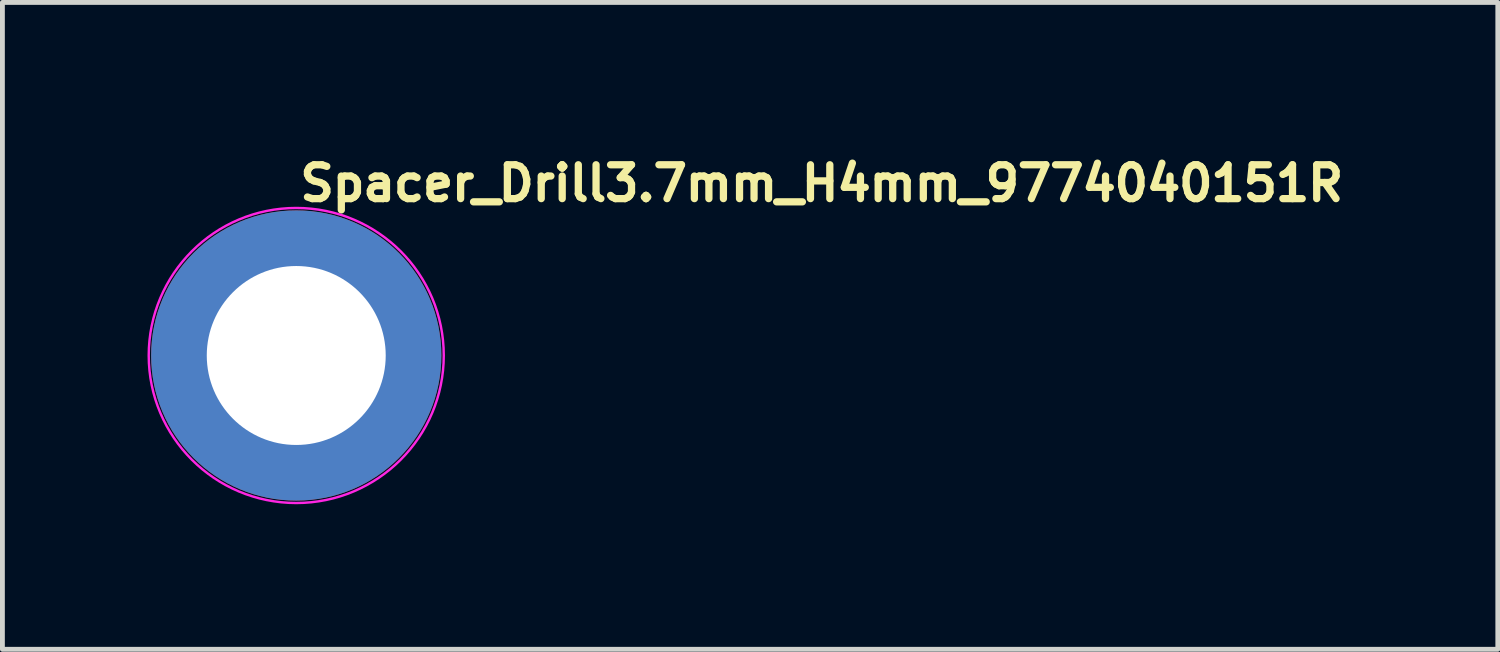
<source format=kicad_pcb>
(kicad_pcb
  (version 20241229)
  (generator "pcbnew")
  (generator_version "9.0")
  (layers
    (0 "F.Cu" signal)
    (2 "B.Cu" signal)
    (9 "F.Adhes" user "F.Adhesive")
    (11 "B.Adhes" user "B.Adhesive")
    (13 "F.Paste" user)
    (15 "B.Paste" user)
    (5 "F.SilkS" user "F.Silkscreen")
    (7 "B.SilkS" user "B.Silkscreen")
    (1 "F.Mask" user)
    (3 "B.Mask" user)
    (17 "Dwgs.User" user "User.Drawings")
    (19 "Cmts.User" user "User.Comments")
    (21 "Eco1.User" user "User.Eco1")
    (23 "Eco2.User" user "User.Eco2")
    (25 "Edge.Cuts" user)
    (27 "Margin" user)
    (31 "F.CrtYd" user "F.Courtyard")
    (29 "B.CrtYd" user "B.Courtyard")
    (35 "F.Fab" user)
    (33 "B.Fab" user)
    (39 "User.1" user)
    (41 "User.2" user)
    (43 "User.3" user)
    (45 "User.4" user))
  (footprint "Spacer_Drill3.7mm_H4mm_9774040151R"
    (layer "F.Cu")
    (at 3.075 4.3)
    (property "Reference" "Spacer_Drill3.7mm_H4mm_9774040151R" (at 0 -3.15 0) (layer "F.SilkS") (effects (font (size 0.7 0.7) (thickness 0.15)) (justify left bottom)))
    (attr smd)
    (fp_circle (center 0 0) (end 3.05 0) (stroke (width 0.05) (type solid)) (fill no) (layer "F.CrtYd"))
    (fp_circle (center 0 0) (end 2.6 0) (stroke (width 0.12) (type solid)) (fill no) (layer "User.5"))
    (fp_line (start -2.551 0) (end -2.551 0) (stroke (width 0.02) (type solid)) (layer "User.9"))
    (fp_line (start -2.551 0) (end -2.548 0.131) (stroke (width 0.02) (type solid)) (layer "User.9"))
    (fp_line (start -2.548 -0.133) (end -2.551 0) (stroke (width 0.02) (type solid)) (layer "User.9"))
    (fp_line (start -2.548 0.131) (end -2.537 0.26) (stroke (width 0.02) (type solid)) (layer "User.9"))
    (fp_line (start -2.537 -0.262) (end -2.548 -0.133) (stroke (width 0.02) (type solid)) (layer "User.9"))
    (fp_line (start -2.537 0.26) (end -2.521 0.388) (stroke (width 0.02) (type solid)) (layer "User.9"))
    (fp_line (start -2.521 -0.39) (end -2.537 -0.262) (stroke (width 0.02) (type solid)) (layer "User.9"))
    (fp_line (start -2.521 0.388) (end -2.5 0.513) (stroke (width 0.02) (type solid)) (layer "User.9"))
    (fp_line (start -2.5 -0.515) (end -2.521 -0.39) (stroke (width 0.02) (type solid)) (layer "User.9"))
    (fp_line (start -2.5 0.513) (end -2.471 0.636) (stroke (width 0.02) (type solid)) (layer "User.9"))
    (fp_line (start -2.471 -0.638) (end -2.5 -0.515) (stroke (width 0.02) (type solid)) (layer "User.9"))
    (fp_line (start -2.471 0.636) (end -2.436 0.757) (stroke (width 0.02) (type solid)) (layer "User.9"))
    (fp_line (start -2.436 -0.759) (end -2.471 -0.638) (stroke (width 0.02) (type solid)) (layer "User.9"))
    (fp_line (start -2.436 0.757) (end -2.396 0.875) (stroke (width 0.02) (type solid)) (layer "User.9"))
    (fp_line (start -2.396 -0.877) (end -2.436 -0.759) (stroke (width 0.02) (type solid)) (layer "User.9"))
    (fp_line (start -2.396 0.875) (end -2.351 0.991) (stroke (width 0.02) (type solid)) (layer "User.9"))
    (fp_line (start -2.351 -0.993) (end -2.396 -0.877) (stroke (width 0.02) (type solid)) (layer "User.9"))
    (fp_line (start -2.351 0.991) (end -2.299 1.104) (stroke (width 0.02) (type solid)) (layer "User.9"))
    (fp_line (start -2.299 -1.107) (end -2.351 -0.993) (stroke (width 0.02) (type solid)) (layer "User.9"))
    (fp_line (start -2.299 1.104) (end -2.243 1.215) (stroke (width 0.02) (type solid)) (layer "User.9"))
    (fp_line (start -2.243 -1.216) (end -2.299 -1.107) (stroke (width 0.02) (type solid)) (layer "User.9"))
    (fp_line (start -2.243 1.215) (end -2.182 1.322) (stroke (width 0.02) (type solid)) (layer "User.9"))
    (fp_line (start -2.182 -1.323) (end -2.243 -1.216) (stroke (width 0.02) (type solid)) (layer "User.9"))
    (fp_line (start -2.182 1.322) (end -2.116 1.425) (stroke (width 0.02) (type solid)) (layer "User.9"))
    (fp_line (start -2.116 -1.426) (end -2.182 -1.323) (stroke (width 0.02) (type solid)) (layer "User.9"))
    (fp_line (start -2.116 1.425) (end -2.044 1.525) (stroke (width 0.02) (type solid)) (layer "User.9"))
    (fp_line (start -2.044 -1.526) (end -2.116 -1.426) (stroke (width 0.02) (type solid)) (layer "User.9"))
    (fp_line (start -2.044 1.525) (end -1.968 1.622) (stroke (width 0.02) (type solid)) (layer "User.9"))
    (fp_line (start -1.968 -1.623) (end -2.044 -1.526) (stroke (width 0.02) (type solid)) (layer "User.9"))
    (fp_line (start -1.968 1.622) (end -1.889 1.713) (stroke (width 0.02) (type solid)) (layer "User.9"))
    (fp_line (start -1.889 -1.716) (end -1.968 -1.623) (stroke (width 0.02) (type solid)) (layer "User.9"))
    (fp_line (start -1.889 1.713) (end -1.805 1.802) (stroke (width 0.02) (type solid)) (layer "User.9"))
    (fp_line (start -1.805 -1.805) (end -1.889 -1.716) (stroke (width 0.02) (type solid)) (layer "User.9"))
    (fp_line (start -1.805 1.802) (end -1.716 1.886) (stroke (width 0.02) (type solid)) (layer "User.9"))
    (fp_line (start -1.716 -1.889) (end -1.805 -1.805) (stroke (width 0.02) (type solid)) (layer "User.9"))
    (fp_line (start -1.716 1.886) (end -1.623 1.967) (stroke (width 0.02) (type solid)) (layer "User.9"))
    (fp_line (start -1.623 -1.968) (end -1.716 -1.889) (stroke (width 0.02) (type solid)) (layer "User.9"))
    (fp_line (start -1.623 1.967) (end -1.526 2.043) (stroke (width 0.02) (type solid)) (layer "User.9"))
    (fp_line (start -1.526 -2.044) (end -1.623 -1.968) (stroke (width 0.02) (type solid)) (layer "User.9"))
    (fp_line (start -1.526 2.043) (end -1.426 2.113) (stroke (width 0.02) (type solid)) (layer "User.9"))
    (fp_line (start -1.426 -2.116) (end -1.526 -2.044) (stroke (width 0.02) (type solid)) (layer "User.9"))
    (fp_line (start -1.426 2.113) (end -1.323 2.18) (stroke (width 0.02) (type solid)) (layer "User.9"))
    (fp_line (start -1.323 -2.182) (end -1.426 -2.116) (stroke (width 0.02) (type solid)) (layer "User.9"))
    (fp_line (start -1.323 2.18) (end -1.216 2.241) (stroke (width 0.02) (type solid)) (layer "User.9"))
    (fp_line (start -1.216 -2.243) (end -1.323 -2.182) (stroke (width 0.02) (type solid)) (layer "User.9"))
    (fp_line (start -1.216 2.241) (end -1.107 2.297) (stroke (width 0.02) (type solid)) (layer "User.9"))
    (fp_line (start -1.107 -2.299) (end -1.216 -2.243) (stroke (width 0.02) (type solid)) (layer "User.9"))
    (fp_line (start -1.107 2.297) (end -0.993 2.349) (stroke (width 0.02) (type solid)) (layer "User.9"))
    (fp_line (start -1.008 0) (end -1.008 0) (stroke (width 0.02) (type solid)) (layer "User.9"))
    (fp_line (start -1.008 0) (end -1.006 0.051) (stroke (width 0.02) (type solid)) (layer "User.9"))
    (fp_line (start -1.006 -0.053) (end -1.008 0) (stroke (width 0.02) (type solid)) (layer "User.9"))
    (fp_line (start -1.006 0.051) (end -1.002 0.102) (stroke (width 0.02) (type solid)) (layer "User.9"))
    (fp_line (start -1.002 -0.104) (end -1.006 -0.053) (stroke (width 0.02) (type solid)) (layer "User.9"))
    (fp_line (start -1.002 0.102) (end -0.995 0.152) (stroke (width 0.02) (type solid)) (layer "User.9"))
    (fp_line (start -0.995 -0.154) (end -1.002 -0.104) (stroke (width 0.02) (type solid)) (layer "User.9"))
    (fp_line (start -0.995 0.152) (end -0.987 0.202) (stroke (width 0.02) (type solid)) (layer "User.9"))
    (fp_line (start -0.993 -2.351) (end -1.107 -2.299) (stroke (width 0.02) (type solid)) (layer "User.9"))
    (fp_line (start -0.993 2.349) (end -0.877 2.394) (stroke (width 0.02) (type solid)) (layer "User.9"))
    (fp_line (start -0.987 -0.204) (end -0.995 -0.154) (stroke (width 0.02) (type solid)) (layer "User.9"))
    (fp_line (start -0.987 0.202) (end -0.975 0.25) (stroke (width 0.02) (type solid)) (layer "User.9"))
    (fp_line (start -0.975 -0.252) (end -0.987 -0.204) (stroke (width 0.02) (type solid)) (layer "User.9"))
    (fp_line (start -0.975 0.25) (end -0.962 0.298) (stroke (width 0.02) (type solid)) (layer "User.9"))
    (fp_line (start -0.962 -0.3) (end -0.975 -0.252) (stroke (width 0.02) (type solid)) (layer "User.9"))
    (fp_line (start -0.962 0.298) (end -0.947 0.346) (stroke (width 0.02) (type solid)) (layer "User.9"))
    (fp_line (start -0.947 -0.348) (end -0.962 -0.3) (stroke (width 0.02) (type solid)) (layer "User.9"))
    (fp_line (start -0.947 0.346) (end -0.929 0.391) (stroke (width 0.02) (type solid)) (layer "User.9"))
    (fp_line (start -0.929 -0.393) (end -0.947 -0.348) (stroke (width 0.02) (type solid)) (layer "User.9"))
    (fp_line (start -0.929 0.391) (end -0.909 0.435) (stroke (width 0.02) (type solid)) (layer "User.9"))
    (fp_line (start -0.909 -0.437) (end -0.929 -0.393) (stroke (width 0.02) (type solid)) (layer "User.9"))
    (fp_line (start -0.909 0.435) (end -0.886 0.479) (stroke (width 0.02) (type solid)) (layer "User.9"))
    (fp_line (start -0.886 -0.48) (end -0.909 -0.437) (stroke (width 0.02) (type solid)) (layer "User.9"))
    (fp_line (start -0.886 0.479) (end -0.861 0.521) (stroke (width 0.02) (type solid)) (layer "User.9"))
    (fp_line (start -0.877 -2.396) (end -0.993 -2.351) (stroke (width 0.02) (type solid)) (layer "User.9"))
    (fp_line (start -0.877 2.394) (end -0.759 2.435) (stroke (width 0.02) (type solid)) (layer "User.9"))
    (fp_line (start -0.861 -0.523) (end -0.886 -0.48) (stroke (width 0.02) (type solid)) (layer "User.9"))
    (fp_line (start -0.861 0.521) (end -0.835 0.562) (stroke (width 0.02) (type solid)) (layer "User.9"))
    (fp_line (start -0.835 -0.564) (end -0.861 -0.523) (stroke (width 0.02) (type solid)) (layer "User.9"))
    (fp_line (start -0.835 0.562) (end -0.808 0.601) (stroke (width 0.02) (type solid)) (layer "User.9"))
    (fp_line (start -0.808 -0.603) (end -0.835 -0.564) (stroke (width 0.02) (type solid)) (layer "User.9"))
    (fp_line (start -0.808 0.601) (end -0.778 0.64) (stroke (width 0.02) (type solid)) (layer "User.9"))
    (fp_line (start -0.778 -0.642) (end -0.808 -0.603) (stroke (width 0.02) (type solid)) (layer "User.9"))
    (fp_line (start -0.778 0.64) (end -0.746 0.676) (stroke (width 0.02) (type solid)) (layer "User.9"))
    (fp_line (start -0.759 -2.436) (end -0.877 -2.396) (stroke (width 0.02) (type solid)) (layer "User.9"))
    (fp_line (start -0.759 2.435) (end -0.638 2.468) (stroke (width 0.02) (type solid)) (layer "User.9"))
    (fp_line (start -0.746 -0.678) (end -0.778 -0.642) (stroke (width 0.02) (type solid)) (layer "User.9"))
    (fp_line (start -0.746 0.676) (end -0.712 0.71) (stroke (width 0.02) (type solid)) (layer "User.9"))
    (fp_line (start -0.712 -0.712) (end -0.746 -0.678) (stroke (width 0.02) (type solid)) (layer "User.9"))
    (fp_line (start -0.712 0.71) (end -0.678 0.744) (stroke (width 0.02) (type solid)) (layer "User.9"))
    (fp_line (start -0.678 -0.746) (end -0.712 -0.712) (stroke (width 0.02) (type solid)) (layer "User.9"))
    (fp_line (start -0.678 0.744) (end -0.642 0.776) (stroke (width 0.02) (type solid)) (layer "User.9"))
    (fp_line (start -0.642 -0.778) (end -0.678 -0.746) (stroke (width 0.02) (type solid)) (layer "User.9"))
    (fp_line (start -0.642 0.776) (end -0.603 0.806) (stroke (width 0.02) (type solid)) (layer "User.9"))
    (fp_line (start -0.638 -2.471) (end -0.759 -2.436) (stroke (width 0.02) (type solid)) (layer "User.9"))
    (fp_line (start -0.638 2.468) (end -0.515 2.498) (stroke (width 0.02) (type solid)) (layer "User.9"))
    (fp_line (start -0.603 -0.808) (end -0.642 -0.778) (stroke (width 0.02) (type solid)) (layer "User.9"))
    (fp_line (start -0.603 0.806) (end -0.564 0.833) (stroke (width 0.02) (type solid)) (layer "User.9"))
    (fp_line (start -0.564 -0.835) (end -0.603 -0.808) (stroke (width 0.02) (type solid)) (layer "User.9"))
    (fp_line (start -0.564 0.833) (end -0.523 0.859) (stroke (width 0.02) (type solid)) (layer "User.9"))
    (fp_line (start -0.523 -0.861) (end -0.564 -0.835) (stroke (width 0.02) (type solid)) (layer "User.9"))
    (fp_line (start -0.523 0.859) (end -0.48 0.884) (stroke (width 0.02) (type solid)) (layer "User.9"))
    (fp_line (start -0.515 -2.5) (end -0.638 -2.471) (stroke (width 0.02) (type solid)) (layer "User.9"))
    (fp_line (start -0.515 2.498) (end -0.39 2.519) (stroke (width 0.02) (type solid)) (layer "User.9"))
    (fp_line (start -0.48 -0.886) (end -0.523 -0.861) (stroke (width 0.02) (type solid)) (layer "User.9"))
    (fp_line (start -0.48 0.884) (end -0.437 0.907) (stroke (width 0.02) (type solid)) (layer "User.9"))
    (fp_line (start -0.437 -0.909) (end -0.48 -0.886) (stroke (width 0.02) (type solid)) (layer "User.9"))
    (fp_line (start -0.437 0.907) (end -0.393 0.927) (stroke (width 0.02) (type solid)) (layer "User.9"))
    (fp_line (start -0.393 -0.929) (end -0.437 -0.909) (stroke (width 0.02) (type solid)) (layer "User.9"))
    (fp_line (start -0.393 0.927) (end -0.348 0.945) (stroke (width 0.02) (type solid)) (layer "User.9"))
    (fp_line (start -0.39 -2.521) (end -0.515 -2.5) (stroke (width 0.02) (type solid)) (layer "User.9"))
    (fp_line (start -0.39 2.519) (end -0.262 2.535) (stroke (width 0.02) (type solid)) (layer "User.9"))
    (fp_line (start -0.348 -0.947) (end -0.393 -0.929) (stroke (width 0.02) (type solid)) (layer "User.9"))
    (fp_line (start -0.348 0.945) (end -0.3 0.96) (stroke (width 0.02) (type solid)) (layer "User.9"))
    (fp_line (start -0.3 -0.962) (end -0.348 -0.947) (stroke (width 0.02) (type solid)) (layer "User.9"))
    (fp_line (start -0.3 0.96) (end -0.252 0.973) (stroke (width 0.02) (type solid)) (layer "User.9"))
    (fp_line (start -0.262 -2.537) (end -0.39 -2.521) (stroke (width 0.02) (type solid)) (layer "User.9"))
    (fp_line (start -0.262 2.535) (end -0.133 2.546) (stroke (width 0.02) (type solid)) (layer "User.9"))
    (fp_line (start -0.252 -0.975) (end -0.3 -0.962) (stroke (width 0.02) (type solid)) (layer "User.9"))
    (fp_line (start -0.252 0.973) (end -0.204 0.985) (stroke (width 0.02) (type solid)) (layer "User.9"))
    (fp_line (start -0.204 -0.987) (end -0.252 -0.975) (stroke (width 0.02) (type solid)) (layer "User.9"))
    (fp_line (start -0.204 0.985) (end -0.154 0.993) (stroke (width 0.02) (type solid)) (layer "User.9"))
    (fp_line (start -0.154 -0.995) (end -0.204 -0.987) (stroke (width 0.02) (type solid)) (layer "User.9"))
    (fp_line (start -0.154 0.993) (end -0.104 1.001) (stroke (width 0.02) (type solid)) (layer "User.9"))
    (fp_line (start -0.133 -2.548) (end -0.262 -2.537) (stroke (width 0.02) (type solid)) (layer "User.9"))
    (fp_line (start -0.133 2.546) (end 0 2.548) (stroke (width 0.02) (type solid)) (layer "User.9"))
    (fp_line (start -0.104 -1.002) (end -0.154 -0.995) (stroke (width 0.02) (type solid)) (layer "User.9"))
    (fp_line (start -0.104 1.001) (end -0.053 1.005) (stroke (width 0.02) (type solid)) (layer "User.9"))
    (fp_line (start -0.053 -1.006) (end -0.104 -1.002) (stroke (width 0.02) (type solid)) (layer "User.9"))
    (fp_line (start -0.053 1.005) (end 0 1.005) (stroke (width 0.02) (type solid)) (layer "User.9"))
    (fp_line (start 0 -2.551) (end -0.133 -2.548) (stroke (width 0.02) (type solid)) (layer "User.9"))
    (fp_line (start 0 -2.551) (end 0 -2.551) (stroke (width 0.02) (type solid)) (layer "User.9"))
    (fp_line (start 0 -1.008) (end -0.053 -1.006) (stroke (width 0.02) (type solid)) (layer "User.9"))
    (fp_line (start 0 -1.008) (end 0 -1.008) (stroke (width 0.02) (type solid)) (layer "User.9"))
    (fp_line (start 0 1.005) (end 0 1.005) (stroke (width 0.02) (type solid)) (layer "User.9"))
    (fp_line (start 0 1.005) (end 0.051 1.005) (stroke (width 0.02) (type solid)) (layer "User.9"))
    (fp_line (start 0 2.548) (end 0 2.548) (stroke (width 0.02) (type solid)) (layer "User.9"))
    (fp_line (start 0 2.548) (end 0.131 2.546) (stroke (width 0.02) (type solid)) (layer "User.9"))
    (fp_line (start 0.051 -1.006) (end 0 -1.008) (stroke (width 0.02) (type solid)) (layer "User.9"))
    (fp_line (start 0.051 1.005) (end 0.102 1.001) (stroke (width 0.02) (type solid)) (layer "User.9"))
    (fp_line (start 0.102 -1.002) (end 0.051 -1.006) (stroke (width 0.02) (type solid)) (layer "User.9"))
    (fp_line (start 0.102 1.001) (end 0.152 0.993) (stroke (width 0.02) (type solid)) (layer "User.9"))
    (fp_line (start 0.131 -2.548) (end 0 -2.551) (stroke (width 0.02) (type solid)) (layer "User.9"))
    (fp_line (start 0.131 2.546) (end 0.26 2.535) (stroke (width 0.02) (type solid)) (layer "User.9"))
    (fp_line (start 0.152 -0.995) (end 0.102 -1.002) (stroke (width 0.02) (type solid)) (layer "User.9"))
    (fp_line (start 0.152 0.993) (end 0.202 0.985) (stroke (width 0.02) (type solid)) (layer "User.9"))
    (fp_line (start 0.202 -0.987) (end 0.152 -0.995) (stroke (width 0.02) (type solid)) (layer "User.9"))
    (fp_line (start 0.202 0.985) (end 0.25 0.973) (stroke (width 0.02) (type solid)) (layer "User.9"))
    (fp_line (start 0.25 -0.975) (end 0.202 -0.987) (stroke (width 0.02) (type solid)) (layer "User.9"))
    (fp_line (start 0.25 0.973) (end 0.298 0.96) (stroke (width 0.02) (type solid)) (layer "User.9"))
    (fp_line (start 0.26 -2.537) (end 0.131 -2.548) (stroke (width 0.02) (type solid)) (layer "User.9"))
    (fp_line (start 0.26 2.535) (end 0.388 2.519) (stroke (width 0.02) (type solid)) (layer "User.9"))
    (fp_line (start 0.298 -0.962) (end 0.25 -0.975) (stroke (width 0.02) (type solid)) (layer "User.9"))
    (fp_line (start 0.298 0.96) (end 0.346 0.945) (stroke (width 0.02) (type solid)) (layer "User.9"))
    (fp_line (start 0.346 -0.947) (end 0.298 -0.962) (stroke (width 0.02) (type solid)) (layer "User.9"))
    (fp_line (start 0.346 0.945) (end 0.391 0.927) (stroke (width 0.02) (type solid)) (layer "User.9"))
    (fp_line (start 0.388 -2.521) (end 0.26 -2.537) (stroke (width 0.02) (type solid)) (layer "User.9"))
    (fp_line (start 0.388 2.519) (end 0.513 2.498) (stroke (width 0.02) (type solid)) (layer "User.9"))
    (fp_line (start 0.391 -0.929) (end 0.346 -0.947) (stroke (width 0.02) (type solid)) (layer "User.9"))
    (fp_line (start 0.391 0.927) (end 0.435 0.907) (stroke (width 0.02) (type solid)) (layer "User.9"))
    (fp_line (start 0.435 -0.909) (end 0.391 -0.929) (stroke (width 0.02) (type solid)) (layer "User.9"))
    (fp_line (start 0.435 0.907) (end 0.479 0.884) (stroke (width 0.02) (type solid)) (layer "User.9"))
    (fp_line (start 0.479 -0.886) (end 0.435 -0.909) (stroke (width 0.02) (type solid)) (layer "User.9"))
    (fp_line (start 0.479 0.884) (end 0.521 0.859) (stroke (width 0.02) (type solid)) (layer "User.9"))
    (fp_line (start 0.513 -2.5) (end 0.388 -2.521) (stroke (width 0.02) (type solid)) (layer "User.9"))
    (fp_line (start 0.513 2.498) (end 0.636 2.468) (stroke (width 0.02) (type solid)) (layer "User.9"))
    (fp_line (start 0.521 -0.861) (end 0.479 -0.886) (stroke (width 0.02) (type solid)) (layer "User.9"))
    (fp_line (start 0.521 0.859) (end 0.562 0.833) (stroke (width 0.02) (type solid)) (layer "User.9"))
    (fp_line (start 0.562 -0.835) (end 0.521 -0.861) (stroke (width 0.02) (type solid)) (layer "User.9"))
    (fp_line (start 0.562 0.833) (end 0.601 0.806) (stroke (width 0.02) (type solid)) (layer "User.9"))
    (fp_line (start 0.601 -0.808) (end 0.562 -0.835) (stroke (width 0.02) (type solid)) (layer "User.9"))
    (fp_line (start 0.601 0.806) (end 0.64 0.776) (stroke (width 0.02) (type solid)) (layer "User.9"))
    (fp_line (start 0.636 -2.471) (end 0.513 -2.5) (stroke (width 0.02) (type solid)) (layer "User.9"))
    (fp_line (start 0.636 2.468) (end 0.757 2.435) (stroke (width 0.02) (type solid)) (layer "User.9"))
    (fp_line (start 0.64 -0.778) (end 0.601 -0.808) (stroke (width 0.02) (type solid)) (layer "User.9"))
    (fp_line (start 0.64 0.776) (end 0.676 0.744) (stroke (width 0.02) (type solid)) (layer "User.9"))
    (fp_line (start 0.676 -0.746) (end 0.64 -0.778) (stroke (width 0.02) (type solid)) (layer "User.9"))
    (fp_line (start 0.676 0.744) (end 0.71 0.71) (stroke (width 0.02) (type solid)) (layer "User.9"))
    (fp_line (start 0.71 -0.712) (end 0.676 -0.746) (stroke (width 0.02) (type solid)) (layer "User.9"))
    (fp_line (start 0.71 0.71) (end 0.744 0.676) (stroke (width 0.02) (type solid)) (layer "User.9"))
    (fp_line (start 0.744 -0.678) (end 0.71 -0.712) (stroke (width 0.02) (type solid)) (layer "User.9"))
    (fp_line (start 0.744 0.676) (end 0.776 0.64) (stroke (width 0.02) (type solid)) (layer "User.9"))
    (fp_line (start 0.757 -2.436) (end 0.636 -2.471) (stroke (width 0.02) (type solid)) (layer "User.9"))
    (fp_line (start 0.757 2.435) (end 0.875 2.394) (stroke (width 0.02) (type solid)) (layer "User.9"))
    (fp_line (start 0.776 -0.642) (end 0.744 -0.678) (stroke (width 0.02) (type solid)) (layer "User.9"))
    (fp_line (start 0.776 0.64) (end 0.806 0.601) (stroke (width 0.02) (type solid)) (layer "User.9"))
    (fp_line (start 0.806 -0.603) (end 0.776 -0.642) (stroke (width 0.02) (type solid)) (layer "User.9"))
    (fp_line (start 0.806 0.601) (end 0.833 0.562) (stroke (width 0.02) (type solid)) (layer "User.9"))
    (fp_line (start 0.833 -0.564) (end 0.806 -0.603) (stroke (width 0.02) (type solid)) (layer "User.9"))
    (fp_line (start 0.833 0.562) (end 0.859 0.521) (stroke (width 0.02) (type solid)) (layer "User.9"))
    (fp_line (start 0.859 -0.523) (end 0.833 -0.564) (stroke (width 0.02) (type solid)) (layer "User.9"))
    (fp_line (start 0.859 0.521) (end 0.884 0.479) (stroke (width 0.02) (type solid)) (layer "User.9"))
    (fp_line (start 0.875 -2.396) (end 0.757 -2.436) (stroke (width 0.02) (type solid)) (layer "User.9"))
    (fp_line (start 0.875 2.394) (end 0.991 2.349) (stroke (width 0.02) (type solid)) (layer "User.9"))
    (fp_line (start 0.884 -0.48) (end 0.859 -0.523) (stroke (width 0.02) (type solid)) (layer "User.9"))
    (fp_line (start 0.884 0.479) (end 0.907 0.435) (stroke (width 0.02) (type solid)) (layer "User.9"))
    (fp_line (start 0.907 -0.437) (end 0.884 -0.48) (stroke (width 0.02) (type solid)) (layer "User.9"))
    (fp_line (start 0.907 0.435) (end 0.927 0.391) (stroke (width 0.02) (type solid)) (layer "User.9"))
    (fp_line (start 0.927 -0.393) (end 0.907 -0.437) (stroke (width 0.02) (type solid)) (layer "User.9"))
    (fp_line (start 0.927 0.391) (end 0.945 0.346) (stroke (width 0.02) (type solid)) (layer "User.9"))
    (fp_line (start 0.945 -0.348) (end 0.927 -0.393) (stroke (width 0.02) (type solid)) (layer "User.9"))
    (fp_line (start 0.945 0.346) (end 0.96 0.298) (stroke (width 0.02) (type solid)) (layer "User.9"))
    (fp_line (start 0.96 -0.3) (end 0.945 -0.348) (stroke (width 0.02) (type solid)) (layer "User.9"))
    (fp_line (start 0.96 0.298) (end 0.973 0.25) (stroke (width 0.02) (type solid)) (layer "User.9"))
    (fp_line (start 0.973 -0.252) (end 0.96 -0.3) (stroke (width 0.02) (type solid)) (layer "User.9"))
    (fp_line (start 0.973 0.25) (end 0.985 0.202) (stroke (width 0.02) (type solid)) (layer "User.9"))
    (fp_line (start 0.985 -0.204) (end 0.973 -0.252) (stroke (width 0.02) (type solid)) (layer "User.9"))
    (fp_line (start 0.985 0.202) (end 0.993 0.152) (stroke (width 0.02) (type solid)) (layer "User.9"))
    (fp_line (start 0.991 -2.351) (end 0.875 -2.396) (stroke (width 0.02) (type solid)) (layer "User.9"))
    (fp_line (start 0.991 2.349) (end 1.104 2.297) (stroke (width 0.02) (type solid)) (layer "User.9"))
    (fp_line (start 0.993 -0.154) (end 0.985 -0.204) (stroke (width 0.02) (type solid)) (layer "User.9"))
    (fp_line (start 0.993 0.152) (end 1.001 0.102) (stroke (width 0.02) (type solid)) (layer "User.9"))
    (fp_line (start 1.001 -0.104) (end 0.993 -0.154) (stroke (width 0.02) (type solid)) (layer "User.9"))
    (fp_line (start 1.001 0.102) (end 1.005 0.051) (stroke (width 0.02) (type solid)) (layer "User.9"))
    (fp_line (start 1.005 -0.053) (end 1.001 -0.104) (stroke (width 0.02) (type solid)) (layer "User.9"))
    (fp_line (start 1.005 0) (end 1.005 -0.053) (stroke (width 0.02) (type solid)) (layer "User.9"))
    (fp_line (start 1.005 0) (end 1.005 0) (stroke (width 0.02) (type solid)) (layer "User.9"))
    (fp_line (start 1.005 0) (end 1.005 0) (stroke (width 0.02) (type solid)) (layer "User.9"))
    (fp_line (start 1.005 0.051) (end 1.005 0) (stroke (width 0.02) (type solid)) (layer "User.9"))
    (fp_line (start 1.104 -2.299) (end 0.991 -2.351) (stroke (width 0.02) (type solid)) (layer "User.9"))
    (fp_line (start 1.104 2.297) (end 1.215 2.241) (stroke (width 0.02) (type solid)) (layer "User.9"))
    (fp_line (start 1.215 -2.243) (end 1.104 -2.299) (stroke (width 0.02) (type solid)) (layer "User.9"))
    (fp_line (start 1.215 2.241) (end 1.322 2.18) (stroke (width 0.02) (type solid)) (layer "User.9"))
    (fp_line (start 1.322 -2.182) (end 1.215 -2.243) (stroke (width 0.02) (type solid)) (layer "User.9"))
    (fp_line (start 1.322 2.18) (end 1.425 2.113) (stroke (width 0.02) (type solid)) (layer "User.9"))
    (fp_line (start 1.425 -2.116) (end 1.322 -2.182) (stroke (width 0.02) (type solid)) (layer "User.9"))
    (fp_line (start 1.425 2.113) (end 1.525 2.043) (stroke (width 0.02) (type solid)) (layer "User.9"))
    (fp_line (start 1.525 -2.044) (end 1.425 -2.116) (stroke (width 0.02) (type solid)) (layer "User.9"))
    (fp_line (start 1.525 2.043) (end 1.622 1.967) (stroke (width 0.02) (type solid)) (layer "User.9"))
    (fp_line (start 1.622 -1.968) (end 1.525 -2.044) (stroke (width 0.02) (type solid)) (layer "User.9"))
    (fp_line (start 1.622 1.967) (end 1.713 1.886) (stroke (width 0.02) (type solid)) (layer "User.9"))
    (fp_line (start 1.713 -1.889) (end 1.622 -1.968) (stroke (width 0.02) (type solid)) (layer "User.9"))
    (fp_line (start 1.713 1.886) (end 1.802 1.802) (stroke (width 0.02) (type solid)) (layer "User.9"))
    (fp_line (start 1.802 -1.805) (end 1.713 -1.889) (stroke (width 0.02) (type solid)) (layer "User.9"))
    (fp_line (start 1.802 1.802) (end 1.886 1.713) (stroke (width 0.02) (type solid)) (layer "User.9"))
    (fp_line (start 1.886 -1.716) (end 1.802 -1.805) (stroke (width 0.02) (type solid)) (layer "User.9"))
    (fp_line (start 1.886 1.713) (end 1.967 1.622) (stroke (width 0.02) (type solid)) (layer "User.9"))
    (fp_line (start 1.967 -1.623) (end 1.886 -1.716) (stroke (width 0.02) (type solid)) (layer "User.9"))
    (fp_line (start 1.967 1.622) (end 2.043 1.525) (stroke (width 0.02) (type solid)) (layer "User.9"))
    (fp_line (start 2.043 -1.526) (end 1.967 -1.623) (stroke (width 0.02) (type solid)) (layer "User.9"))
    (fp_line (start 2.043 1.525) (end 2.113 1.425) (stroke (width 0.02) (type solid)) (layer "User.9"))
    (fp_line (start 2.113 -1.426) (end 2.043 -1.526) (stroke (width 0.02) (type solid)) (layer "User.9"))
    (fp_line (start 2.113 1.425) (end 2.18 1.322) (stroke (width 0.02) (type solid)) (layer "User.9"))
    (fp_line (start 2.18 -1.323) (end 2.113 -1.426) (stroke (width 0.02) (type solid)) (layer "User.9"))
    (fp_line (start 2.18 1.322) (end 2.241 1.215) (stroke (width 0.02) (type solid)) (layer "User.9"))
    (fp_line (start 2.241 -1.216) (end 2.18 -1.323) (stroke (width 0.02) (type solid)) (layer "User.9"))
    (fp_line (start 2.241 1.215) (end 2.297 1.104) (stroke (width 0.02) (type solid)) (layer "User.9"))
    (fp_line (start 2.297 -1.107) (end 2.241 -1.216) (stroke (width 0.02) (type solid)) (layer "User.9"))
    (fp_line (start 2.297 1.104) (end 2.349 0.991) (stroke (width 0.02) (type solid)) (layer "User.9"))
    (fp_line (start 2.349 -0.993) (end 2.297 -1.107) (stroke (width 0.02) (type solid)) (layer "User.9"))
    (fp_line (start 2.349 0.991) (end 2.394 0.875) (stroke (width 0.02) (type solid)) (layer "User.9"))
    (fp_line (start 2.394 -0.877) (end 2.349 -0.993) (stroke (width 0.02) (type solid)) (layer "User.9"))
    (fp_line (start 2.394 0.875) (end 2.435 0.757) (stroke (width 0.02) (type solid)) (layer "User.9"))
    (fp_line (start 2.435 -0.759) (end 2.394 -0.877) (stroke (width 0.02) (type solid)) (layer "User.9"))
    (fp_line (start 2.435 0.757) (end 2.468 0.636) (stroke (width 0.02) (type solid)) (layer "User.9"))
    (fp_line (start 2.468 -0.638) (end 2.435 -0.759) (stroke (width 0.02) (type solid)) (layer "User.9"))
    (fp_line (start 2.468 0.636) (end 2.498 0.513) (stroke (width 0.02) (type solid)) (layer "User.9"))
    (fp_line (start 2.498 -0.515) (end 2.468 -0.638) (stroke (width 0.02) (type solid)) (layer "User.9"))
    (fp_line (start 2.498 0.513) (end 2.519 0.388) (stroke (width 0.02) (type solid)) (layer "User.9"))
    (fp_line (start 2.519 -0.39) (end 2.498 -0.515) (stroke (width 0.02) (type solid)) (layer "User.9"))
    (fp_line (start 2.519 0.388) (end 2.535 0.26) (stroke (width 0.02) (type solid)) (layer "User.9"))
    (fp_line (start 2.535 -0.262) (end 2.519 -0.39) (stroke (width 0.02) (type solid)) (layer "User.9"))
    (fp_line (start 2.535 0.26) (end 2.546 0.131) (stroke (width 0.02) (type solid)) (layer "User.9"))
    (fp_line (start 2.546 -0.133) (end 2.535 -0.262) (stroke (width 0.02) (type solid)) (layer "User.9"))
    (fp_line (start 2.546 0.131) (end 2.548 0) (stroke (width 0.02) (type solid)) (layer "User.9"))
    (fp_line (start 2.548 0) (end 2.546 -0.133) (stroke (width 0.02) (type solid)) (layer "User.9"))
    (fp_line (start 2.548 0) (end 2.548 0) (stroke (width 0.02) (type solid)) (layer "User.9"))
    (fp_line (start 2.548 0) (end 2.548 0) (stroke (width 0.02) (type solid)) (layer "User.9"))
    (pad "" smd custom (at -1.7 -1.71) (size 0.62 0.62) (layers "F.Paste") (options (anchor circle)) (primitives (gr_arc (start -0.250195 1.279127) (mid 0.285453 0.294389) (end 1.266786 -0.24747) (width 0.2)) (gr_arc (start -0.34334 1.279127) (mid 0.218448 0.232561) (end 1.259603 -0.339191) (width 0.2)) (gr_arc (start -0.436309 1.279127) (mid 0.152481 0.169693) (end 1.255279 -0.431435) (width 0.2)) (gr_arc (start -0.529126 1.279127) (mid 0.087542 0.105784) (end 1.253811 -0.524161) (width 0.2)) (gr_arc (start -0.621807 1.279127) (mid 0.0309 0.033527) (end 1.275473 -0.621136) (width 0.2)) (gr_arc (start -0.71437 1.279127) (mid -0.037758 -0.026651) (end 1.263664 -0.711602) (width 0.2)) (gr_arc (start -0.806826 1.279127) (mid -0.105837 -0.087395) (end 1.253435 -0.802342) (width 0.2)) (gr_arc (start -0.899187 1.279127) (mid -0.165236 -0.156885) (end 1.267475 -0.897258) (width 0.2)) (gr_arc (start -0.991463 1.279127) (mid -0.228522 -0.222449) (end 1.270645 -0.990112) (width 0.2)) (gr_arc (start -1.083663 1.279127) (mid -0.294507 -0.285313) (end 1.266278 -1.081674) (width 0.2)) (gr_line (start 1.279 -0.25) (end 1.279 -1.084) (width 0.2)) (gr_line (start -0.25 1.279) (end -1.084 1.279) (width 0.2))))
    (pad "" smd custom (at -1.7 1.699 90) (size 0.62 0.62) (layers "F.Paste") (options (anchor circle)) (primitives (gr_arc (start -0.250195 1.279127) (mid 0.285453 0.294389) (end 1.266786 -0.24747) (width 0.2)) (gr_arc (start -0.34334 1.279127) (mid 0.218448 0.232561) (end 1.259603 -0.339191) (width 0.2)) (gr_arc (start -0.436309 1.279127) (mid 0.152481 0.169693) (end 1.255279 -0.431435) (width 0.2)) (gr_arc (start -0.529126 1.279127) (mid 0.087542 0.105784) (end 1.253811 -0.524161) (width 0.2)) (gr_arc (start -0.621807 1.279127) (mid 0.0309 0.033527) (end 1.275473 -0.621136) (width 0.2)) (gr_arc (start -0.71437 1.279127) (mid -0.037758 -0.026651) (end 1.263664 -0.711602) (width 0.2)) (gr_arc (start -0.806826 1.279127) (mid -0.105837 -0.087395) (end 1.253435 -0.802342) (width 0.2)) (gr_arc (start -0.899187 1.279127) (mid -0.165236 -0.156885) (end 1.267475 -0.897258) (width 0.2)) (gr_arc (start -0.991463 1.279127) (mid -0.228522 -0.222449) (end 1.270645 -0.990112) (width 0.2)) (gr_arc (start -1.083663 1.279127) (mid -0.294507 -0.285313) (end 1.266278 -1.081674) (width 0.2)) (gr_line (start 1.279 -0.25) (end 1.279 -1.084) (width 0.2)) (gr_line (start -0.25 1.279) (end -1.084 1.279) (width 0.2))))
    (pad "" smd custom (at 1.709 -1.71 270) (size 0.62 0.62) (layers "F.Paste") (options (anchor circle)) (primitives (gr_arc (start -0.250195 1.279127) (mid 0.285453 0.294389) (end 1.266786 -0.24747) (width 0.2)) (gr_arc (start -0.34334 1.279127) (mid 0.218448 0.232561) (end 1.259603 -0.339191) (width 0.2)) (gr_arc (start -0.436309 1.279127) (mid 0.152481 0.169693) (end 1.255279 -0.431435) (width 0.2)) (gr_arc (start -0.529126 1.279127) (mid 0.087542 0.105784) (end 1.253811 -0.524161) (width 0.2)) (gr_arc (start -0.621807 1.279127) (mid 0.0309 0.033527) (end 1.275473 -0.621136) (width 0.2)) (gr_arc (start -0.71437 1.279127) (mid -0.037758 -0.026651) (end 1.263664 -0.711602) (width 0.2)) (gr_arc (start -0.806826 1.279127) (mid -0.105837 -0.087395) (end 1.253435 -0.802342) (width 0.2)) (gr_arc (start -0.899187 1.279127) (mid -0.165236 -0.156885) (end 1.267475 -0.897258) (width 0.2)) (gr_arc (start -0.991463 1.279127) (mid -0.228522 -0.222449) (end 1.270645 -0.990112) (width 0.2)) (gr_arc (start -1.083663 1.279127) (mid -0.294507 -0.285313) (end 1.266278 -1.081674) (width 0.2)) (gr_line (start 1.279 -0.25) (end 1.279 -1.084) (width 0.2)) (gr_line (start -0.25 1.279) (end -1.084 1.279) (width 0.2))))
    (pad "" smd custom (at 1.709 1.699 180) (size 0.62 0.62) (layers "F.Paste") (options (anchor circle)) (primitives (gr_arc (start -0.250195 1.279127) (mid 0.285453 0.294389) (end 1.266786 -0.24747) (width 0.2)) (gr_arc (start -0.34334 1.279127) (mid 0.218448 0.232561) (end 1.259603 -0.339191) (width 0.2)) (gr_arc (start -0.436309 1.279127) (mid 0.152481 0.169693) (end 1.255279 -0.431435) (width 0.2)) (gr_arc (start -0.529126 1.279127) (mid 0.087542 0.105784) (end 1.253811 -0.524161) (width 0.2)) (gr_arc (start -0.621807 1.279127) (mid 0.0309 0.033527) (end 1.275473 -0.621136) (width 0.2)) (gr_arc (start -0.71437 1.279127) (mid -0.037758 -0.026651) (end 1.263664 -0.711602) (width 0.2)) (gr_arc (start -0.806826 1.279127) (mid -0.105837 -0.087395) (end 1.253435 -0.802342) (width 0.2)) (gr_arc (start -0.899187 1.279127) (mid -0.165236 -0.156885) (end 1.267475 -0.897258) (width 0.2)) (gr_arc (start -0.991463 1.279127) (mid -0.228522 -0.222449) (end 1.270645 -0.990112) (width 0.2)) (gr_arc (start -1.083663 1.279127) (mid -0.294507 -0.285313) (end 1.266278 -1.081674) (width 0.2)) (gr_line (start 1.279 -0.25) (end 1.279 -1.084) (width 0.2)) (gr_line (start -0.25 1.279) (end -1.084 1.279) (width 0.2))))
    (pad "1" thru_hole circle (at 0 0) (size 6 6) (drill 3.7) (layers "*.Cu" "*.Mask")))
  (gr_rect
    (start -3 -3)
    (end 27.918 10.375)
    (stroke (width 0.1) (type default))
    (fill no)
    (layer "Edge.Cuts")))
</source>
